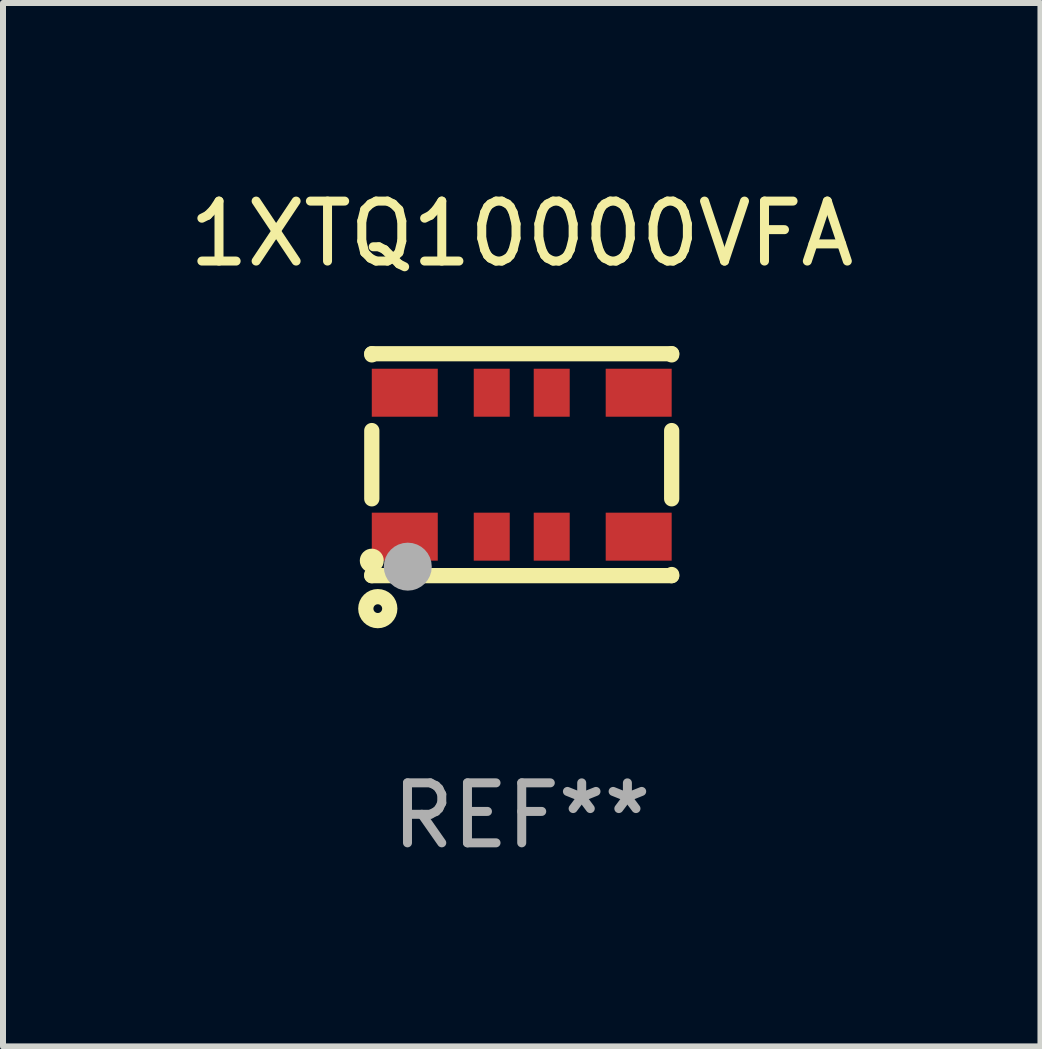
<source format=kicad_pcb>
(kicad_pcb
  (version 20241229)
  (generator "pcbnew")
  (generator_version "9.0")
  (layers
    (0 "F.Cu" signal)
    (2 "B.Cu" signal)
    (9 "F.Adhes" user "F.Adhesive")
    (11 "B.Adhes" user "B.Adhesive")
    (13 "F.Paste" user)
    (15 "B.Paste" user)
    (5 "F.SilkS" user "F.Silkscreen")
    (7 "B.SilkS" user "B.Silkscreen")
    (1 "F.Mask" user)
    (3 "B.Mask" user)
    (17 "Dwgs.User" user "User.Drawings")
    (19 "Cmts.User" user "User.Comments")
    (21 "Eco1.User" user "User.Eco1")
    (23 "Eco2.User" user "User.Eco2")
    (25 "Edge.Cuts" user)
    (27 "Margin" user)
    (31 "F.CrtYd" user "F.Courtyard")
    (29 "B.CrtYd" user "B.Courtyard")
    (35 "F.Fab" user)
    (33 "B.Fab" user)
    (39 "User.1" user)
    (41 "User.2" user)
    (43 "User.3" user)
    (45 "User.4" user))
  (footprint "1XTQ10000VFA"
    (layer "F.Cu")
    (at 5.649 4.698)
    (property "Reference" "1XTQ10000VFA" (at 0 -3.85 0) (layer "F.SilkS") (effects (font (size 1 1) (thickness 0.15))))
    (attr through_hole)
    (fp_line (start -2.5 -1.85) (end 2.5 -1.85) (stroke (width 0.254) (type solid)) (layer "F.SilkS"))
    (fp_line (start -2.5 -1.831) (end -2.5 -1.85) (stroke (width 0.254) (type solid)) (layer "F.SilkS"))
    (fp_line (start -2.5 0.569) (end -2.5 -0.569) (stroke (width 0.254) (type solid)) (layer "F.SilkS"))
    (fp_line (start -2.5 1.85) (end -2.5 1.831) (stroke (width 0.254) (type solid)) (layer "F.SilkS"))
    (fp_line (start -2.5 1.85) (end 2.5 1.85) (stroke (width 0.254) (type solid)) (layer "F.SilkS"))
    (fp_line (start 2.5 -1.831) (end 2.5 -1.85) (stroke (width 0.254) (type solid)) (layer "F.SilkS"))
    (fp_line (start 2.5 0.569) (end 2.5 -0.569) (stroke (width 0.254) (type solid)) (layer "F.SilkS"))
    (fp_line (start 2.5 1.85) (end 2.5 1.831) (stroke (width 0.254) (type solid)) (layer "F.SilkS"))
    (fp_circle (center -2.5 1.6) (end -2.4 1.6) (stroke (width 0.2) (type solid)) (fill no) (layer "F.SilkS"))
    (fp_circle (center -2.4 2.4) (end -2.2 2.4) (stroke (width 0.254) (type solid)) (fill no) (layer "F.SilkS"))
    (fp_circle (center -1.9 1.7) (end -1.7 1.7) (stroke (width 0.4) (type solid)) (fill no) (layer "F.Fab"))
    (fp_text user "REF**" (at 0 5.85 0) (layer "F.Fab") (effects (font (size 1 1) (thickness 0.15))))
    (pad "1" smd rect (at -1.95 1.2) (size 1.1 0.8) (layers "F.Cu" "F.Mask" "F.Paste"))
    (pad "2" smd rect (at -0.5 1.2) (size 0.6 0.8) (layers "F.Cu" "F.Mask" "F.Paste"))
    (pad "3" smd rect (at 0.5 1.2) (size 0.6 0.8) (layers "F.Cu" "F.Mask" "F.Paste"))
    (pad "4" smd rect (at 1.95 1.2) (size 1.1 0.8) (layers "F.Cu" "F.Mask" "F.Paste"))
    (pad "5" smd rect (at 1.95 -1.2 180) (size 1.1 0.8) (layers "F.Cu" "F.Mask" "F.Paste"))
    (pad "6" smd rect (at 0.5 -1.2) (size 0.6 0.8) (layers "F.Cu" "F.Mask" "F.Paste"))
    (pad "7" smd rect (at -0.5 -1.2) (size 0.6 0.8) (layers "F.Cu" "F.Mask" "F.Paste"))
    (pad "8" smd rect (at -1.95 -1.2) (size 1.1 0.8) (layers "F.Cu" "F.Mask" "F.Paste")))
  (gr_rect
    (start -3 -3)
    (end 14.298 14.397)
    (stroke (width 0.1) (type default))
    (fill no)
    (layer "Edge.Cuts")))
</source>
